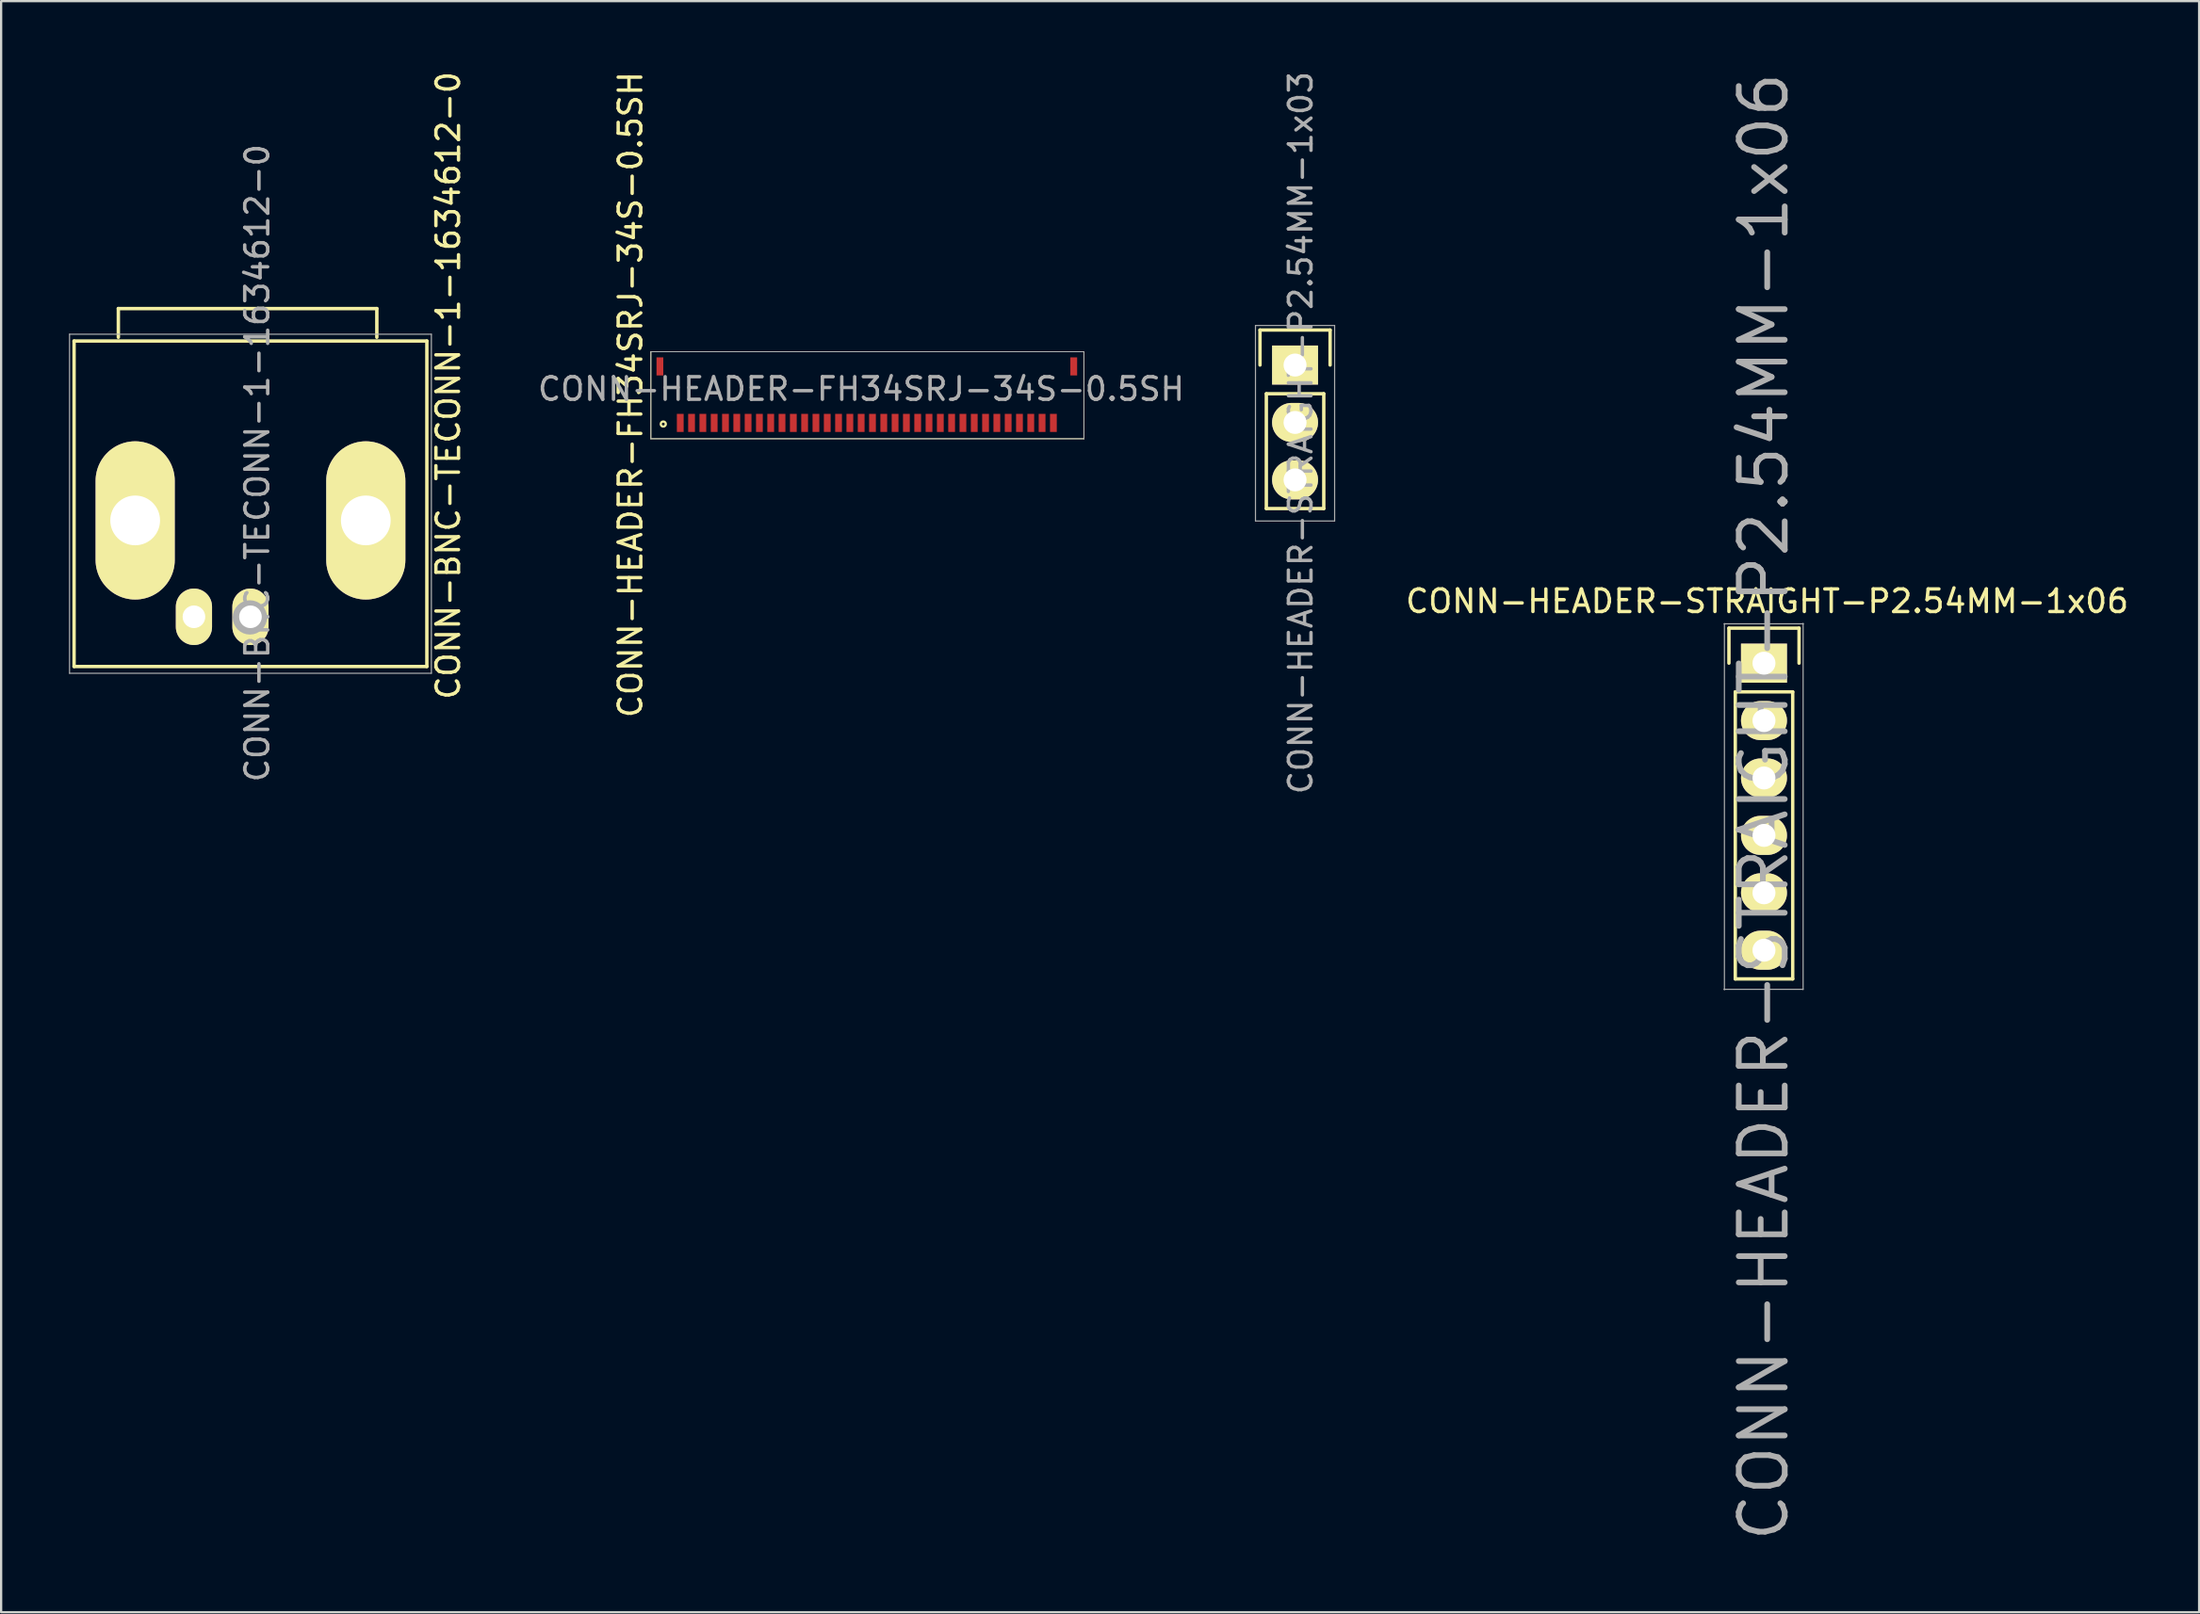
<source format=kicad_pcb>
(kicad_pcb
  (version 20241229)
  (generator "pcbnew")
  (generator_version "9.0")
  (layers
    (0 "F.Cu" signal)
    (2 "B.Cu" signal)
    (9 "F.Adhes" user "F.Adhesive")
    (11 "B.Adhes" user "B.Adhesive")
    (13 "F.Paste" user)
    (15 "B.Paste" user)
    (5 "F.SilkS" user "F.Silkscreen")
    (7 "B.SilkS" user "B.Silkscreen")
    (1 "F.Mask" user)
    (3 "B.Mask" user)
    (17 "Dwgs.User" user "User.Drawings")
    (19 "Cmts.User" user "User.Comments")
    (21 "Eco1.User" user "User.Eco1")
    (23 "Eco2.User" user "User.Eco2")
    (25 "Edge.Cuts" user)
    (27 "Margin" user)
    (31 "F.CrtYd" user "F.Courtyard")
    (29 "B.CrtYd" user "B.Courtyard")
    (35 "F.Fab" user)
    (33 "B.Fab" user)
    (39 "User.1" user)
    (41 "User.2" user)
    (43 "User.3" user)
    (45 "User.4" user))
  (footprint "CONN-HEADER-STRAIGHT-P2.54MM-1x06"
    (layer "F.Cu")
    (at 74.952 26.291)
    (property "Reference" "CONN-HEADER-STRAIGHT-P2.54MM-1x06" (at -0.01 6.35 90) (layer "F.Fab") (effects (font (size 2.032 2.032) (thickness 0.254))))
    (attr through_hole)
    (fp_line (start -1.55 -1.55) (end 1.55 -1.55) (stroke (width 0.15) (type solid)) (layer "F.SilkS"))
    (fp_line (start -1.55 0) (end -1.55 -1.55) (stroke (width 0.15) (type solid)) (layer "F.SilkS"))
    (fp_line (start -1.27 13.97) (end -1.27 1.27) (stroke (width 0.15) (type solid)) (layer "F.SilkS"))
    (fp_line (start 1.27 1.27) (end -1.27 1.27) (stroke (width 0.15) (type solid)) (layer "F.SilkS"))
    (fp_line (start 1.27 1.27) (end 1.27 13.97) (stroke (width 0.15) (type solid)) (layer "F.SilkS"))
    (fp_line (start 1.27 13.97) (end -1.27 13.97) (stroke (width 0.15) (type solid)) (layer "F.SilkS"))
    (fp_line (start 1.55 -1.55) (end 1.55 0) (stroke (width 0.15) (type solid)) (layer "F.SilkS"))
    (fp_line (start -1.77 14.43) (end 1.73 14.43) (stroke (width 0.05) (type solid)) (layer "F.Fab"))
    (fp_line (start -1.76 -1.74) (end 1.74 -1.74) (stroke (width 0.05) (type solid)) (layer "F.Fab"))
    (fp_line (start -1.75 -1.75) (end -1.75 14.45) (stroke (width 0.05) (type solid)) (layer "F.Fab"))
    (fp_line (start 1.73 -1.76) (end 1.73 14.44) (stroke (width 0.05) (type solid)) (layer "F.Fab"))
    (fp_text user "${REFERENCE}" (at 0.14 -2.74 180) (layer "F.SilkS") (effects (font (size 1 1) (thickness 0.15))))
    (pad "1" thru_hole rect (at 0 0) (size 2.032 1.727) (drill 1.016) (layers "*.Cu" "*.Mask" "F.SilkS"))
    (pad "2" thru_hole oval (at 0 2.54) (size 2.032 1.727) (drill 1.016) (layers "*.Cu" "*.Mask" "F.SilkS"))
    (pad "3" thru_hole oval (at 0 5.08) (size 2.032 1.727) (drill 1.016) (layers "*.Cu" "*.Mask" "F.SilkS"))
    (pad "4" thru_hole oval (at 0 7.62) (size 2.032 1.727) (drill 1.016) (layers "*.Cu" "*.Mask" "F.SilkS"))
    (pad "5" thru_hole oval (at 0 10.16) (size 2.032 1.727) (drill 1.016) (layers "*.Cu" "*.Mask" "F.SilkS"))
    (pad "6" thru_hole oval (at 0 12.7) (size 2.032 1.727) (drill 1.016) (layers "*.Cu" "*.Mask" "F.SilkS")))
  (footprint "CONN-BNC-TECONN-1-1634612-0"
    (layer "F.Cu")
    (at 8.025 19.238)
    (property "Reference" "CONN-BNC-TECONN-1-1634612-0" (at 0.3 -1.8 90) (layer "F.Fab") (effects (font (size 1.016 1.016) (thickness 0.152))))
    (attr through_hole)
    (fp_line (start -7.8 -7.201) (end -7.8 7.201) (stroke (width 0.15) (type solid)) (layer "F.SilkS"))
    (fp_line (start -7.8 7.201) (end 7.8 7.201) (stroke (width 0.15) (type solid)) (layer "F.SilkS"))
    (fp_line (start -5.842 -8.636) (end -5.842 -7.366) (stroke (width 0.152) (type solid)) (layer "F.SilkS"))
    (fp_line (start 5.588 -8.636) (end -5.842 -8.636) (stroke (width 0.152) (type solid)) (layer "F.SilkS"))
    (fp_line (start 5.588 -7.366) (end 5.588 -8.636) (stroke (width 0.152) (type solid)) (layer "F.SilkS"))
    (fp_line (start 7.8 -7.201) (end -7.8 -7.201) (stroke (width 0.15) (type solid)) (layer "F.SilkS"))
    (fp_line (start 7.8 7.201) (end 7.8 -7.201) (stroke (width 0.15) (type solid)) (layer "F.SilkS"))
    (fp_line (start -8 -7.5) (end 8 -7.5) (stroke (width 0.051) (type solid)) (layer "F.Fab"))
    (fp_line (start -8 7.5) (end -8 -7.5) (stroke (width 0.051) (type solid)) (layer "F.Fab"))
    (fp_line (start 8 -7.5) (end 8 7.5) (stroke (width 0.051) (type solid)) (layer "F.Fab"))
    (fp_line (start 8 7.5) (end -8 7.5) (stroke (width 0.051) (type solid)) (layer "F.Fab"))
    (fp_circle (center -0.025 5.029) (end 0.076 5.258) (stroke (width 0.508) (type solid)) (fill no) (layer "F.Fab"))
    (fp_text user "${REFERENCE}" (at 8.745 -5.232 90) (layer "F.SilkS") (effects (font (size 1 1) (thickness 0.15))))
    (pad "1" thru_hole oval (at 0 5.001) (size 1.6 2.499) (drill 1.001) (layers "*.Cu" "*.Mask" "F.SilkS"))
    (pad "2" thru_hole oval (at -5.098 0.737) (size 3.5 7) (drill 2.2) (layers "*.Cu" "*.Mask" "F.SilkS"))
    (pad "2" thru_hole oval (at -2.499 5.001) (size 1.6 2.499) (drill 1.001) (layers "*.Cu" "*.Mask" "F.SilkS"))
    (pad "2" thru_hole oval (at 5.1 0.737) (size 3.5 7) (drill 2.2) (layers "*.Cu" "*.Mask" "F.SilkS")))
  (footprint "CONN-HEADER-STRAIGHT-P2.54MM-1x03"
    (layer "F.Cu")
    (at 54.216 13.101)
    (property "Reference" "CONN-HEADER-STRAIGHT-P2.54MM-1x03" (at 0.25 3 90) (layer "F.Fab") (effects (font (size 1 1) (thickness 0.15))))
    (attr through_hole)
    (fp_line (start -1.55 -1.55) (end 1.55 -1.55) (stroke (width 0.15) (type solid)) (layer "F.SilkS"))
    (fp_line (start -1.55 0) (end -1.55 -1.55) (stroke (width 0.15) (type solid)) (layer "F.SilkS"))
    (fp_line (start -1.27 1.27) (end -1.27 6.35) (stroke (width 0.15) (type solid)) (layer "F.SilkS"))
    (fp_line (start -1.27 6.35) (end 1.27 6.35) (stroke (width 0.15) (type solid)) (layer "F.SilkS"))
    (fp_line (start 1.27 1.27) (end -1.27 1.27) (stroke (width 0.15) (type solid)) (layer "F.SilkS"))
    (fp_line (start 1.27 6.35) (end 1.27 1.27) (stroke (width 0.15) (type solid)) (layer "F.SilkS"))
    (fp_line (start 1.55 -1.55) (end 1.55 0) (stroke (width 0.15) (type solid)) (layer "F.SilkS"))
    (fp_line (start -1.75 -1.75) (end -1.75 6.9) (stroke (width 0.051) (type solid)) (layer "F.Fab"))
    (fp_line (start 1.75 -1.75) (end -1.75 -1.75) (stroke (width 0.051) (type solid)) (layer "F.Fab"))
    (fp_line (start 1.75 -1.75) (end 1.75 6.9) (stroke (width 0.051) (type solid)) (layer "F.Fab"))
    (fp_line (start 1.75 6.9) (end -1.75 6.9) (stroke (width 0.051) (type solid)) (layer "F.Fab"))
    (pad "1" thru_hole rect (at 0 0) (size 2.032 1.727) (drill 1.016) (layers "*.Cu" "*.Mask" "F.SilkS"))
    (pad "2" thru_hole oval (at 0 2.54) (size 2.032 1.727) (drill 1.016) (layers "*.Cu" "*.Mask" "F.SilkS"))
    (pad "3" thru_hole oval (at 0 5.08) (size 2.032 1.727) (drill 1.016) (layers "*.Cu" "*.Mask" "F.SilkS")))
  (footprint "CONN-HEADER-FH34SRJ-34S-0.5SH"
    (layer "F.Cu")
    (at 35.255 14.486)
    (property "Reference" "CONN-HEADER-FH34SRJ-34S-0.5SH" (at -0.225 -0.325 180) (layer "F.Fab") (effects (font (size 1 1) (thickness 0.15))))
    (attr through_hole)
    (fp_line (start -9.525 -1.975) (end -9.525 1.875) (stroke (width 0.041) (type solid)) (layer "F.SilkS"))
    (fp_line (start -9.525 1.875) (end 9.625 1.875) (stroke (width 0.041) (type solid)) (layer "F.SilkS"))
    (fp_line (start 9.625 -1.975) (end -9.525 -1.975) (stroke (width 0.041) (type solid)) (layer "F.SilkS"))
    (fp_line (start 9.625 -1.975) (end 9.625 1.875) (stroke (width 0.041) (type solid)) (layer "F.SilkS"))
    (fp_circle (center -8.975 1.225) (end -8.925 1.125) (stroke (width 0.1) (type solid)) (fill no) (layer "F.SilkS"))
    (fp_line (start -9.525 -1.975) (end -9.525 1.875) (stroke (width 0.041) (type solid)) (layer "F.Fab"))
    (fp_line (start -9.525 1.875) (end 9.625 1.875) (stroke (width 0.041) (type solid)) (layer "F.Fab"))
    (fp_line (start 9.625 -1.975) (end -9.525 -1.975) (stroke (width 0.041) (type solid)) (layer "F.Fab"))
    (fp_line (start 9.625 -1.975) (end 9.625 1.875) (stroke (width 0.041) (type solid)) (layer "F.Fab"))
    (fp_text user "${REFERENCE}" (at -10.425 -0.075 90) (layer "F.SilkS") (effects (font (size 1 1) (thickness 0.15))))
    (pad "1" smd rect (at -8.225 1.175 90) (size 0.8 0.3) (layers "F.Cu" "F.Mask" "F.Paste"))
    (pad "2" smd rect (at -9.125 -1.325 90) (size 0.8 0.3) (layers "F.Cu" "F.Mask" "F.Paste"))
    (pad "2" smd rect (at -7.725 1.175 90) (size 0.8 0.3) (layers "F.Cu" "F.Mask" "F.Paste"))
    (pad "2" smd rect (at 9.175 -1.325 90) (size 0.8 0.3) (layers "F.Cu" "F.Mask" "F.Paste"))
    (pad "3" smd rect (at -7.225 1.175 90) (size 0.8 0.3) (layers "F.Cu" "F.Mask" "F.Paste"))
    (pad "4" smd rect (at -6.725 1.175 90) (size 0.8 0.3) (layers "F.Cu" "F.Mask" "F.Paste"))
    (pad "5" smd rect (at -6.225 1.175 90) (size 0.8 0.3) (layers "F.Cu" "F.Mask" "F.Paste"))
    (pad "6" smd rect (at -5.725 1.175 90) (size 0.8 0.3) (layers "F.Cu" "F.Mask" "F.Paste"))
    (pad "7" smd rect (at -5.225 1.175 90) (size 0.8 0.3) (layers "F.Cu" "F.Mask" "F.Paste"))
    (pad "8" smd rect (at -4.725 1.175 90) (size 0.8 0.3) (layers "F.Cu" "F.Mask" "F.Paste"))
    (pad "9" smd rect (at -4.225 1.175 90) (size 0.8 0.3) (layers "F.Cu" "F.Mask" "F.Paste"))
    (pad "10" smd rect (at -3.725 1.175 90) (size 0.8 0.3) (layers "F.Cu" "F.Mask" "F.Paste"))
    (pad "11" smd rect (at -3.225 1.175 90) (size 0.8 0.3) (layers "F.Cu" "F.Mask" "F.Paste"))
    (pad "12" smd rect (at -2.725 1.175 90) (size 0.8 0.3) (layers "F.Cu" "F.Mask" "F.Paste"))
    (pad "13" smd rect (at -2.225 1.175 90) (size 0.8 0.3) (layers "F.Cu" "F.Mask" "F.Paste"))
    (pad "14" smd rect (at -1.725 1.175 90) (size 0.8 0.3) (layers "F.Cu" "F.Mask" "F.Paste"))
    (pad "15" smd rect (at -1.225 1.175 90) (size 0.8 0.3) (layers "F.Cu" "F.Mask" "F.Paste"))
    (pad "16" smd rect (at -0.725 1.175 90) (size 0.8 0.3) (layers "F.Cu" "F.Mask" "F.Paste"))
    (pad "17" smd rect (at -0.225 1.175 90) (size 0.8 0.3) (layers "F.Cu" "F.Mask" "F.Paste"))
    (pad "18" smd rect (at 0.275 1.175 90) (size 0.8 0.3) (layers "F.Cu" "F.Mask" "F.Paste"))
    (pad "19" smd rect (at 0.775 1.175 90) (size 0.8 0.3) (layers "F.Cu" "F.Mask" "F.Paste"))
    (pad "20" smd rect (at 1.275 1.175 90) (size 0.8 0.3) (layers "F.Cu" "F.Mask" "F.Paste"))
    (pad "21" smd rect (at 1.775 1.175 90) (size 0.8 0.3) (layers "F.Cu" "F.Mask" "F.Paste"))
    (pad "22" smd rect (at 2.275 1.175 90) (size 0.8 0.3) (layers "F.Cu" "F.Mask" "F.Paste"))
    (pad "23" smd rect (at 2.775 1.175 90) (size 0.8 0.3) (layers "F.Cu" "F.Mask" "F.Paste"))
    (pad "24" smd rect (at 3.275 1.175 90) (size 0.8 0.3) (layers "F.Cu" "F.Mask" "F.Paste"))
    (pad "25" smd rect (at 3.775 1.175 90) (size 0.8 0.3) (layers "F.Cu" "F.Mask" "F.Paste"))
    (pad "26" smd rect (at 4.275 1.175 90) (size 0.8 0.3) (layers "F.Cu" "F.Mask" "F.Paste"))
    (pad "27" smd rect (at 4.775 1.175 90) (size 0.8 0.3) (layers "F.Cu" "F.Mask" "F.Paste"))
    (pad "28" smd rect (at 5.275 1.175 90) (size 0.8 0.3) (layers "F.Cu" "F.Mask" "F.Paste"))
    (pad "29" smd rect (at 5.775 1.175 90) (size 0.8 0.3) (layers "F.Cu" "F.Mask" "F.Paste"))
    (pad "30" smd rect (at 6.275 1.175 90) (size 0.8 0.3) (layers "F.Cu" "F.Mask" "F.Paste"))
    (pad "31" smd rect (at 6.775 1.175 90) (size 0.8 0.3) (layers "F.Cu" "F.Mask" "F.Paste"))
    (pad "32" smd rect (at 7.275 1.175 90) (size 0.8 0.3) (layers "F.Cu" "F.Mask" "F.Paste"))
    (pad "33" smd rect (at 7.775 1.175 90) (size 0.8 0.3) (layers "F.Cu" "F.Mask" "F.Paste"))
    (pad "34" smd rect (at 8.275 1.175 90) (size 0.8 0.3) (layers "F.Cu" "F.Mask" "F.Paste")))
  (gr_rect
    (start -3 -3)
    (end 94.193 68.283)
    (stroke (width 0.1) (type default))
    (fill no)
    (layer "Edge.Cuts")))
</source>
